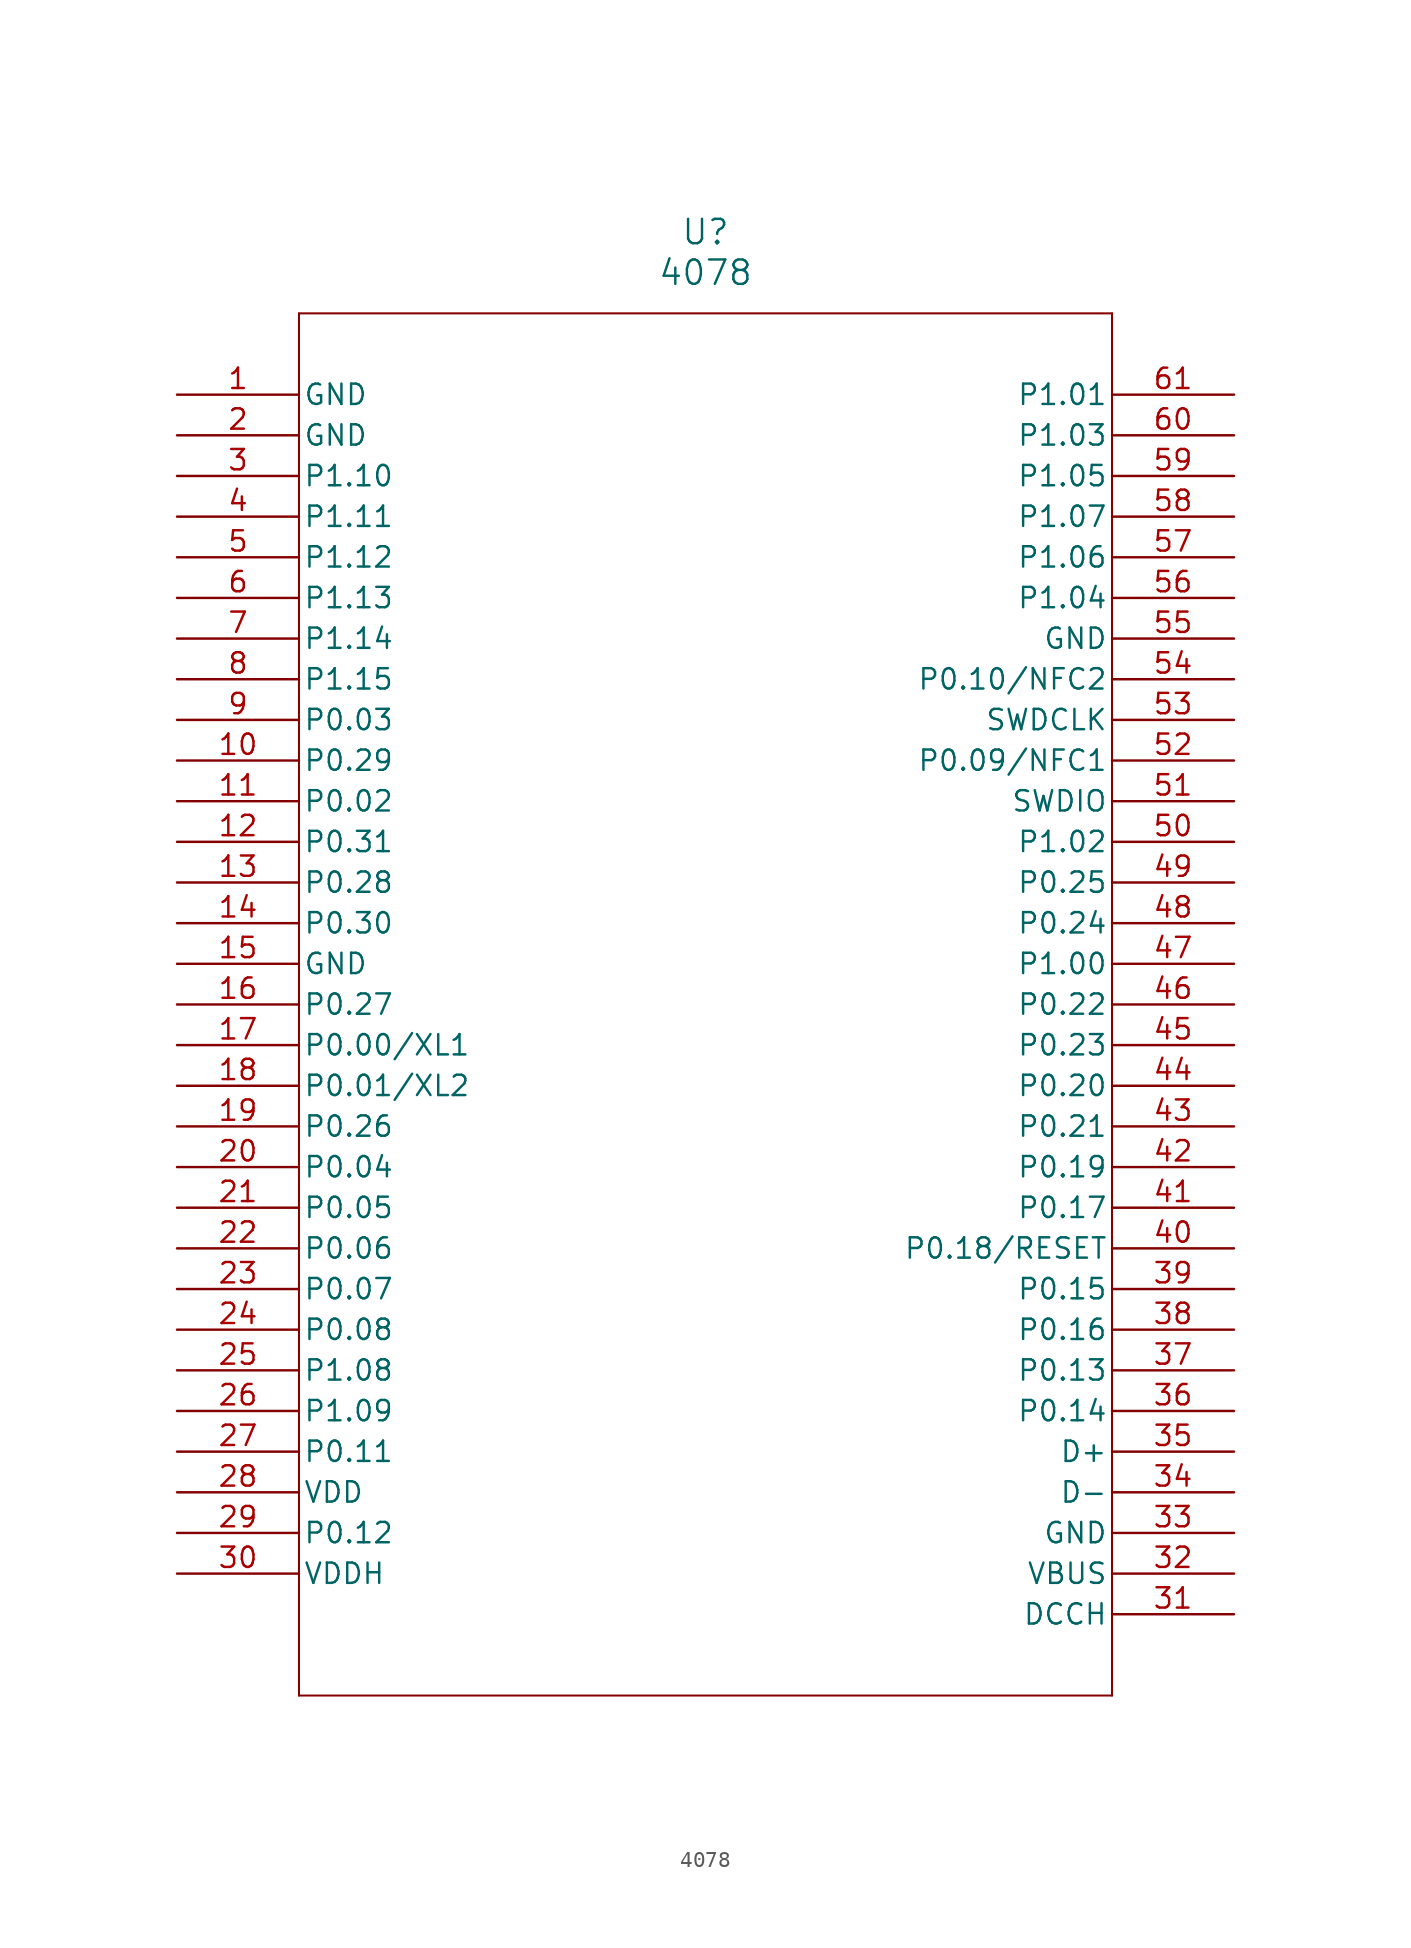
<source format=kicad_sym>
(kicad_symbol_lib
  (version 20211014)
  (generator kicad_symbol_editor)
  (symbol "4078"
    (pin_names
      (offset 0.254))
    (property "Reference" "U"
      (at 33.02 10.16 0)
      (effects (font (size 1.524 1.524))))
    (property "Value" "4078"
      (at 33.02 7.62 0)
      (effects (font (size 1.524 1.524))))
    (symbol "4078_0_1"
      (polyline (pts (xy 7.62 5.08) (xy 7.62 -81.28)) (stroke (width 0.127) (type default) (color 0 0 0 0)) (fill (type none)))
      (polyline (pts (xy 7.62 -81.28) (xy 58.42 -81.28)) (stroke (width 0.127) (type default) (color 0 0 0 0)) (fill (type none)))
      (polyline (pts (xy 58.42 -81.28) (xy 58.42 5.08)) (stroke (width 0.127) (type default) (color 0 0 0 0)) (fill (type none)))
      (polyline (pts (xy 58.42 5.08) (xy 7.62 5.08)) (stroke (width 0.127) (type default) (color 0 0 0 0)) (fill (type none)))
      (pin power_out line (at 0 0 0) (length 7.62) (name "GND" (effects (font (size 1.27 1.27)))) (number "1" (effects (font (size 1.27 1.27)))))
      (pin power_out line (at 0 -2.54 0) (length 7.62) (name "GND" (effects (font (size 1.27 1.27)))) (number "2" (effects (font (size 1.27 1.27)))))
      (pin bidirectional line (at 0 -5.08 0) (length 7.62) (name "P1.10" (effects (font (size 1.27 1.27)))) (number "3" (effects (font (size 1.27 1.27)))))
      (pin bidirectional line (at 0 -7.62 0) (length 7.62) (name "P1.11" (effects (font (size 1.27 1.27)))) (number "4" (effects (font (size 1.27 1.27)))))
      (pin bidirectional line (at 0 -10.16 0) (length 7.62) (name "P1.12" (effects (font (size 1.27 1.27)))) (number "5" (effects (font (size 1.27 1.27)))))
      (pin bidirectional line (at 0 -12.7 0) (length 7.62) (name "P1.13" (effects (font (size 1.27 1.27)))) (number "6" (effects (font (size 1.27 1.27)))))
      (pin bidirectional line (at 0 -15.24 0) (length 7.62) (name "P1.14" (effects (font (size 1.27 1.27)))) (number "7" (effects (font (size 1.27 1.27)))))
      (pin bidirectional line (at 0 -17.78 0) (length 7.62) (name "P1.15" (effects (font (size 1.27 1.27)))) (number "8" (effects (font (size 1.27 1.27)))))
      (pin bidirectional line (at 0 -20.32 0) (length 7.62) (name "P0.03" (effects (font (size 1.27 1.27)))) (number "9" (effects (font (size 1.27 1.27)))))
      (pin bidirectional line (at 0 -22.86 0) (length 7.62) (name "P0.29" (effects (font (size 1.27 1.27)))) (number "10" (effects (font (size 1.27 1.27)))))
      (pin bidirectional line (at 0 -25.4 0) (length 7.62) (name "P0.02" (effects (font (size 1.27 1.27)))) (number "11" (effects (font (size 1.27 1.27)))))
      (pin bidirectional line (at 0 -27.94 0) (length 7.62) (name "P0.31" (effects (font (size 1.27 1.27)))) (number "12" (effects (font (size 1.27 1.27)))))
      (pin bidirectional line (at 0 -30.48 0) (length 7.62) (name "P0.28" (effects (font (size 1.27 1.27)))) (number "13" (effects (font (size 1.27 1.27)))))
      (pin bidirectional line (at 0 -33.02 0) (length 7.62) (name "P0.30" (effects (font (size 1.27 1.27)))) (number "14" (effects (font (size 1.27 1.27)))))
      (pin power_out line (at 0 -35.56 0) (length 7.62) (name "GND" (effects (font (size 1.27 1.27)))) (number "15" (effects (font (size 1.27 1.27)))))
      (pin bidirectional line (at 0 -38.1 0) (length 7.62) (name "P0.27" (effects (font (size 1.27 1.27)))) (number "16" (effects (font (size 1.27 1.27)))))
      (pin bidirectional line (at 0 -40.64 0) (length 7.62) (name "P0.00/XL1" (effects (font (size 1.27 1.27)))) (number "17" (effects (font (size 1.27 1.27)))))
      (pin bidirectional line (at 0 -43.18 0) (length 7.62) (name "P0.01/XL2" (effects (font (size 1.27 1.27)))) (number "18" (effects (font (size 1.27 1.27)))))
      (pin bidirectional line (at 0 -45.72 0) (length 7.62) (name "P0.26" (effects (font (size 1.27 1.27)))) (number "19" (effects (font (size 1.27 1.27)))))
      (pin bidirectional line (at 0 -48.26 0) (length 7.62) (name "P0.04" (effects (font (size 1.27 1.27)))) (number "20" (effects (font (size 1.27 1.27)))))
      (pin bidirectional line (at 0 -50.8 0) (length 7.62) (name "P0.05" (effects (font (size 1.27 1.27)))) (number "21" (effects (font (size 1.27 1.27)))))
      (pin bidirectional line (at 0 -53.34 0) (length 7.62) (name "P0.06" (effects (font (size 1.27 1.27)))) (number "22" (effects (font (size 1.27 1.27)))))
      (pin bidirectional line (at 0 -55.88 0) (length 7.62) (name "P0.07" (effects (font (size 1.27 1.27)))) (number "23" (effects (font (size 1.27 1.27)))))
      (pin bidirectional line (at 0 -58.42 0) (length 7.62) (name "P0.08" (effects (font (size 1.27 1.27)))) (number "24" (effects (font (size 1.27 1.27)))))
      (pin bidirectional line (at 0 -60.96 0) (length 7.62) (name "P1.08" (effects (font (size 1.27 1.27)))) (number "25" (effects (font (size 1.27 1.27)))))
      (pin bidirectional line (at 0 -63.5 0) (length 7.62) (name "P1.09" (effects (font (size 1.27 1.27)))) (number "26" (effects (font (size 1.27 1.27)))))
      (pin bidirectional line (at 0 -66.04 0) (length 7.62) (name "P0.11" (effects (font (size 1.27 1.27)))) (number "27" (effects (font (size 1.27 1.27)))))
      (pin power_in line (at 0 -68.58 0) (length 7.62) (name "VDD" (effects (font (size 1.27 1.27)))) (number "28" (effects (font (size 1.27 1.27)))))
      (pin bidirectional line (at 0 -71.12 0) (length 7.62) (name "P0.12" (effects (font (size 1.27 1.27)))) (number "29" (effects (font (size 1.27 1.27)))))
      (pin power_in line (at 0 -73.66 0) (length 7.62) (name "VDDH" (effects (font (size 1.27 1.27)))) (number "30" (effects (font (size 1.27 1.27)))))
      (pin power_in line (at 66.04 -76.2 180) (length 7.62) (name "DCCH" (effects (font (size 1.27 1.27)))) (number "31" (effects (font (size 1.27 1.27)))))
      (pin power_in line (at 66.04 -73.66 180) (length 7.62) (name "VBUS" (effects (font (size 1.27 1.27)))) (number "32" (effects (font (size 1.27 1.27)))))
      (pin power_out line (at 66.04 -71.12 180) (length 7.62) (name "GND" (effects (font (size 1.27 1.27)))) (number "33" (effects (font (size 1.27 1.27)))))
      (pin bidirectional line (at 66.04 -68.58 180) (length 7.62) (name "D-" (effects (font (size 1.27 1.27)))) (number "34" (effects (font (size 1.27 1.27)))))
      (pin bidirectional line (at 66.04 -66.04 180) (length 7.62) (name "D+" (effects (font (size 1.27 1.27)))) (number "35" (effects (font (size 1.27 1.27)))))
      (pin bidirectional line (at 66.04 -63.5 180) (length 7.62) (name "P0.14" (effects (font (size 1.27 1.27)))) (number "36" (effects (font (size 1.27 1.27)))))
      (pin bidirectional line (at 66.04 -60.96 180) (length 7.62) (name "P0.13" (effects (font (size 1.27 1.27)))) (number "37" (effects (font (size 1.27 1.27)))))
      (pin bidirectional line (at 66.04 -58.42 180) (length 7.62) (name "P0.16" (effects (font (size 1.27 1.27)))) (number "38" (effects (font (size 1.27 1.27)))))
      (pin bidirectional line (at 66.04 -55.88 180) (length 7.62) (name "P0.15" (effects (font (size 1.27 1.27)))) (number "39" (effects (font (size 1.27 1.27)))))
      (pin bidirectional line (at 66.04 -53.34 180) (length 7.62) (name "P0.18/RESET" (effects (font (size 1.27 1.27)))) (number "40" (effects (font (size 1.27 1.27)))))
      (pin bidirectional line (at 66.04 -50.8 180) (length 7.62) (name "P0.17" (effects (font (size 1.27 1.27)))) (number "41" (effects (font (size 1.27 1.27)))))
      (pin bidirectional line (at 66.04 -48.26 180) (length 7.62) (name "P0.19" (effects (font (size 1.27 1.27)))) (number "42" (effects (font (size 1.27 1.27)))))
      (pin bidirectional line (at 66.04 -45.72 180) (length 7.62) (name "P0.21" (effects (font (size 1.27 1.27)))) (number "43" (effects (font (size 1.27 1.27)))))
      (pin bidirectional line (at 66.04 -43.18 180) (length 7.62) (name "P0.20" (effects (font (size 1.27 1.27)))) (number "44" (effects (font (size 1.27 1.27)))))
      (pin bidirectional line (at 66.04 -40.64 180) (length 7.62) (name "P0.23" (effects (font (size 1.27 1.27)))) (number "45" (effects (font (size 1.27 1.27)))))
      (pin bidirectional line (at 66.04 -38.1 180) (length 7.62) (name "P0.22" (effects (font (size 1.27 1.27)))) (number "46" (effects (font (size 1.27 1.27)))))
      (pin bidirectional line (at 66.04 -35.56 180) (length 7.62) (name "P1.00" (effects (font (size 1.27 1.27)))) (number "47" (effects (font (size 1.27 1.27)))))
      (pin bidirectional line (at 66.04 -33.02 180) (length 7.62) (name "P0.24" (effects (font (size 1.27 1.27)))) (number "48" (effects (font (size 1.27 1.27)))))
      (pin bidirectional line (at 66.04 -30.48 180) (length 7.62) (name "P0.25" (effects (font (size 1.27 1.27)))) (number "49" (effects (font (size 1.27 1.27)))))
      (pin bidirectional line (at 66.04 -27.94 180) (length 7.62) (name "P1.02" (effects (font (size 1.27 1.27)))) (number "50" (effects (font (size 1.27 1.27)))))
      (pin unspecified line (at 66.04 -25.4 180) (length 7.62) (name "SWDIO" (effects (font (size 1.27 1.27)))) (number "51" (effects (font (size 1.27 1.27)))))
      (pin bidirectional line (at 66.04 -22.86 180) (length 7.62) (name "P0.09/NFC1" (effects (font (size 1.27 1.27)))) (number "52" (effects (font (size 1.27 1.27)))))
      (pin input line (at 66.04 -20.32 180) (length 7.62) (name "SWDCLK" (effects (font (size 1.27 1.27)))) (number "53" (effects (font (size 1.27 1.27)))))
      (pin bidirectional line (at 66.04 -17.78 180) (length 7.62) (name "P0.10/NFC2" (effects (font (size 1.27 1.27)))) (number "54" (effects (font (size 1.27 1.27)))))
      (pin power_out line (at 66.04 -15.24 180) (length 7.62) (name "GND" (effects (font (size 1.27 1.27)))) (number "55" (effects (font (size 1.27 1.27)))))
      (pin bidirectional line (at 66.04 -12.7 180) (length 7.62) (name "P1.04" (effects (font (size 1.27 1.27)))) (number "56" (effects (font (size 1.27 1.27)))))
      (pin bidirectional line (at 66.04 -10.16 180) (length 7.62) (name "P1.06" (effects (font (size 1.27 1.27)))) (number "57" (effects (font (size 1.27 1.27)))))
      (pin bidirectional line (at 66.04 -7.62 180) (length 7.62) (name "P1.07" (effects (font (size 1.27 1.27)))) (number "58" (effects (font (size 1.27 1.27)))))
      (pin bidirectional line (at 66.04 -5.08 180) (length 7.62) (name "P1.05" (effects (font (size 1.27 1.27)))) (number "59" (effects (font (size 1.27 1.27)))))
      (pin bidirectional line (at 66.04 -2.54 180) (length 7.62) (name "P1.03" (effects (font (size 1.27 1.27)))) (number "60" (effects (font (size 1.27 1.27)))))
      (pin bidirectional line (at 66.04 0 180) (length 7.62) (name "P1.01" (effects (font (size 1.27 1.27)))) (number "61" (effects (font (size 1.27 1.27))))))))
</source>
